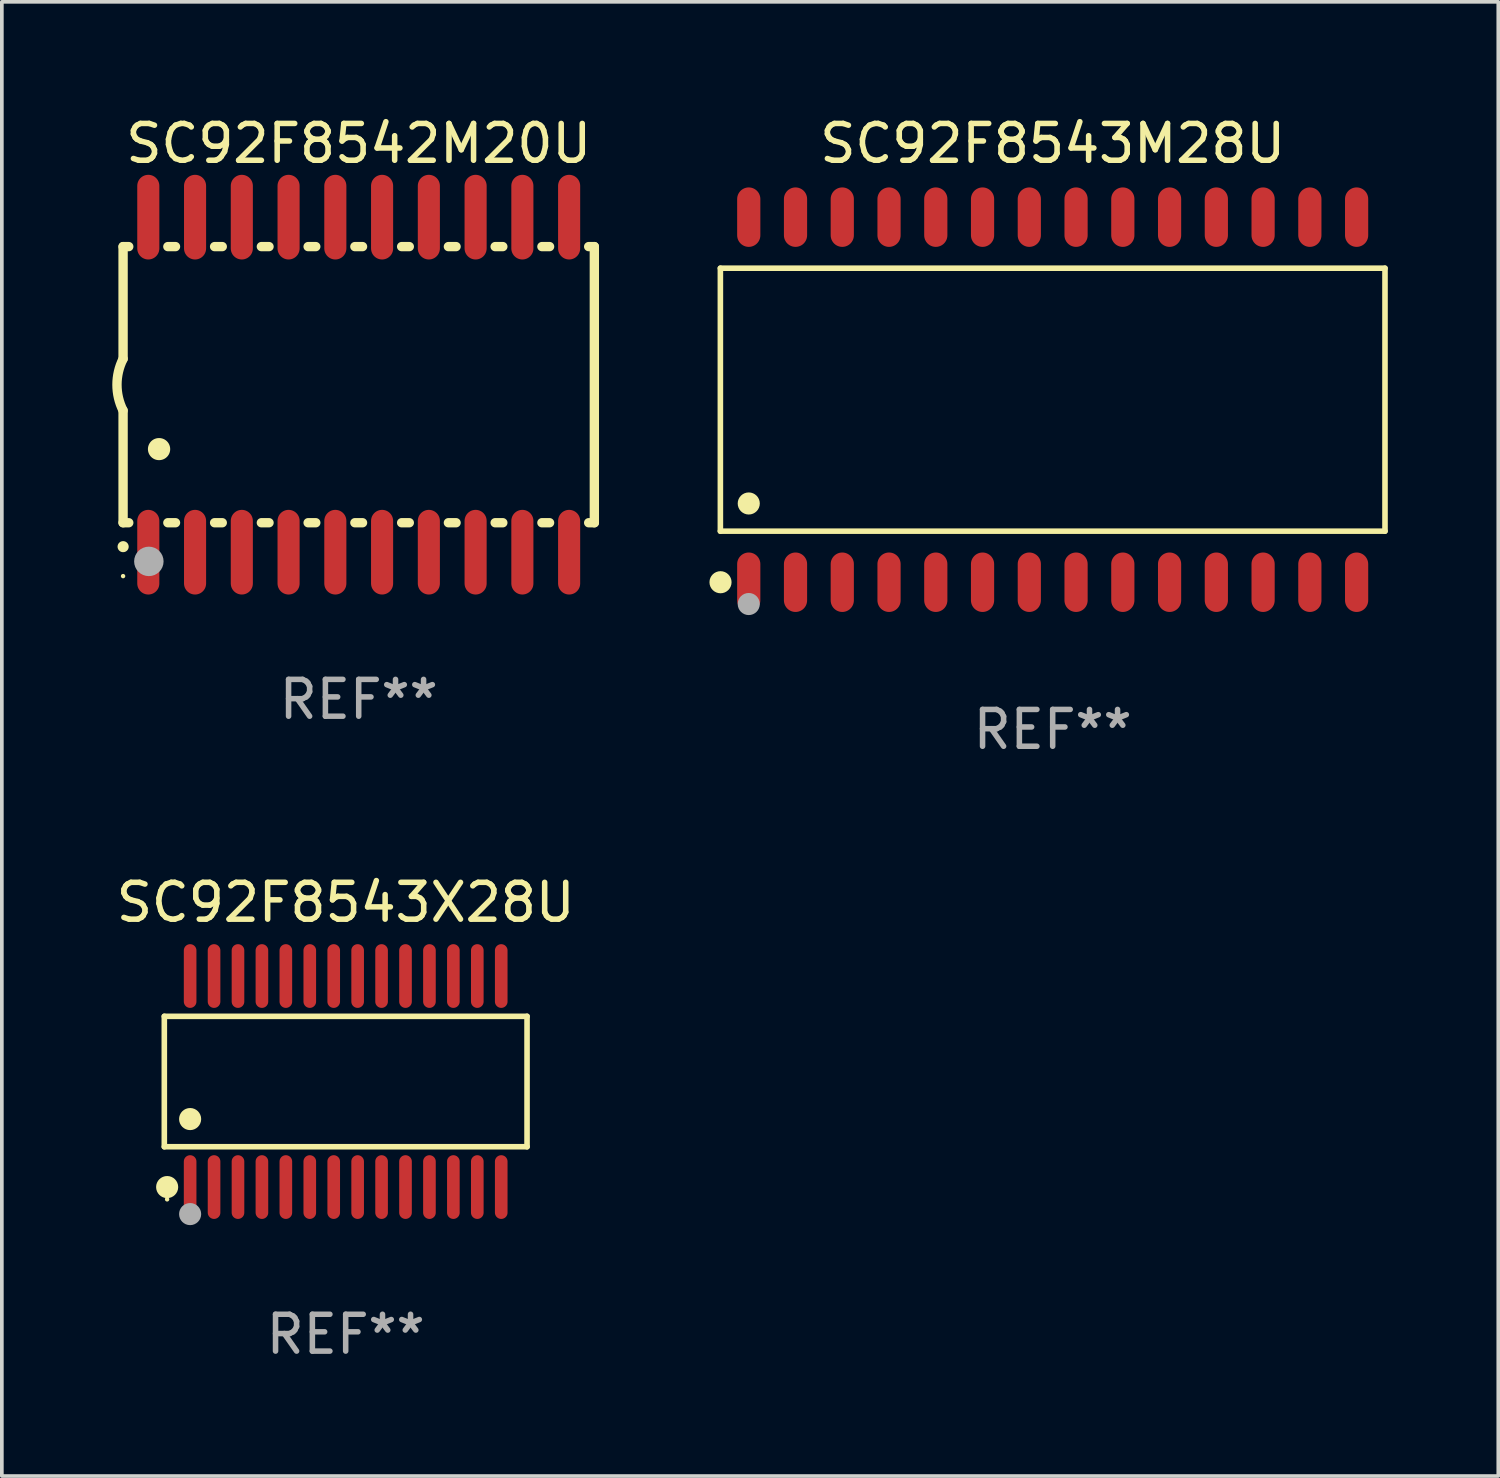
<source format=kicad_pcb>
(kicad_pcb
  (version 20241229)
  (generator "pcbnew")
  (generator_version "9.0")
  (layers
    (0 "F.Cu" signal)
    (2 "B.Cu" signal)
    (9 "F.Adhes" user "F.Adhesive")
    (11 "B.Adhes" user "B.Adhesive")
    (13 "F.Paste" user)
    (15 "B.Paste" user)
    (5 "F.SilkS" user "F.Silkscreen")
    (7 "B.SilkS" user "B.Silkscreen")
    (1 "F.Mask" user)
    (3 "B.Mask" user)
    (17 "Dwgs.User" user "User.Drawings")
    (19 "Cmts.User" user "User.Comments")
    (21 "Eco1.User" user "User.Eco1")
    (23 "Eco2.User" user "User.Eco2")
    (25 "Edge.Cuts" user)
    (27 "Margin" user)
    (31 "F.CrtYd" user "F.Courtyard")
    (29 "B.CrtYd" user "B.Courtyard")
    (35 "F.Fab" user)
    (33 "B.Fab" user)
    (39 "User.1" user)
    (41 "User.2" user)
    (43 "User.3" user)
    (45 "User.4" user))
  (footprint "SC92F8543X28U"
    (layer "F.Cu")
    (at 6.339 26.326)
    (property "Reference" "SC92F8543X28U" (at 0 -4.866 0) (layer "F.SilkS") (effects (font (size 1 1) (thickness 0.15))))
    (attr through_hole)
    (fp_line (start -4.926 -1.772) (end 4.926 -1.772) (stroke (width 0.152) (type solid)) (layer "F.SilkS"))
    (fp_line (start -4.926 1.771) (end -4.926 -1.772) (stroke (width 0.152) (type solid)) (layer "F.SilkS"))
    (fp_line (start 4.926 -1.772) (end 4.926 1.771) (stroke (width 0.152) (type solid)) (layer "F.SilkS"))
    (fp_line (start 4.926 1.771) (end -4.926 1.771) (stroke (width 0.152) (type solid)) (layer "F.SilkS"))
    (fp_circle (center -4.85 3.2) (end -4.82 3.2) (stroke (width 0.06) (type solid)) (fill no) (layer "F.SilkS"))
    (fp_circle (center -4.849 2.866) (end -4.699 2.866) (stroke (width 0.3) (type solid)) (fill no) (layer "F.SilkS"))
    (fp_circle (center -4.225 1.019) (end -4.075 1.019) (stroke (width 0.3) (type solid)) (fill no) (layer "F.SilkS"))
    (fp_circle (center -4.225 3.6) (end -4.075 3.6) (stroke (width 0.3) (type solid)) (fill no) (layer "F.Fab"))
    (fp_text user "REF**" (at 0 6.866 0) (layer "F.Fab") (effects (font (size 1 1) (thickness 0.15))))
    (pad "1" smd oval (at -4.225 2.866) (size 0.343 1.731) (layers "F.Cu" "F.Mask" "F.Paste"))
    (pad "2" smd oval (at -3.575 2.866) (size 0.343 1.731) (layers "F.Cu" "F.Mask" "F.Paste"))
    (pad "3" smd oval (at -2.925 2.866) (size 0.343 1.731) (layers "F.Cu" "F.Mask" "F.Paste"))
    (pad "4" smd oval (at -2.275 2.866) (size 0.343 1.731) (layers "F.Cu" "F.Mask" "F.Paste"))
    (pad "5" smd oval (at -1.625 2.866) (size 0.343 1.731) (layers "F.Cu" "F.Mask" "F.Paste"))
    (pad "6" smd oval (at -0.975 2.866) (size 0.343 1.731) (layers "F.Cu" "F.Mask" "F.Paste"))
    (pad "7" smd oval (at -0.325 2.866) (size 0.343 1.731) (layers "F.Cu" "F.Mask" "F.Paste"))
    (pad "8" smd oval (at 0.325 2.866) (size 0.343 1.731) (layers "F.Cu" "F.Mask" "F.Paste"))
    (pad "9" smd oval (at 0.975 2.866) (size 0.343 1.731) (layers "F.Cu" "F.Mask" "F.Paste"))
    (pad "10" smd oval (at 1.625 2.866) (size 0.343 1.731) (layers "F.Cu" "F.Mask" "F.Paste"))
    (pad "11" smd oval (at 2.275 2.866) (size 0.343 1.731) (layers "F.Cu" "F.Mask" "F.Paste"))
    (pad "12" smd oval (at 2.925 2.866) (size 0.343 1.731) (layers "F.Cu" "F.Mask" "F.Paste"))
    (pad "13" smd oval (at 3.575 2.866) (size 0.343 1.731) (layers "F.Cu" "F.Mask" "F.Paste"))
    (pad "14" smd oval (at 4.225 2.866) (size 0.343 1.731) (layers "F.Cu" "F.Mask" "F.Paste"))
    (pad "15" smd oval (at 4.225 -2.866) (size 0.343 1.731) (layers "F.Cu" "F.Mask" "F.Paste"))
    (pad "16" smd oval (at 3.575 -2.866) (size 0.343 1.731) (layers "F.Cu" "F.Mask" "F.Paste"))
    (pad "17" smd oval (at 2.925 -2.866) (size 0.343 1.731) (layers "F.Cu" "F.Mask" "F.Paste"))
    (pad "18" smd oval (at 2.275 -2.866) (size 0.343 1.731) (layers "F.Cu" "F.Mask" "F.Paste"))
    (pad "19" smd oval (at 1.625 -2.866) (size 0.343 1.731) (layers "F.Cu" "F.Mask" "F.Paste"))
    (pad "20" smd oval (at 0.975 -2.866) (size 0.343 1.731) (layers "F.Cu" "F.Mask" "F.Paste"))
    (pad "21" smd oval (at 0.325 -2.866) (size 0.343 1.731) (layers "F.Cu" "F.Mask" "F.Paste"))
    (pad "22" smd oval (at -0.325 -2.866) (size 0.343 1.731) (layers "F.Cu" "F.Mask" "F.Paste"))
    (pad "23" smd oval (at -0.975 -2.866) (size 0.343 1.731) (layers "F.Cu" "F.Mask" "F.Paste"))
    (pad "24" smd oval (at -1.625 -2.866) (size 0.343 1.731) (layers "F.Cu" "F.Mask" "F.Paste"))
    (pad "25" smd oval (at -2.275 -2.866) (size 0.343 1.731) (layers "F.Cu" "F.Mask" "F.Paste"))
    (pad "26" smd oval (at -2.925 -2.866) (size 0.343 1.731) (layers "F.Cu" "F.Mask" "F.Paste"))
    (pad "27" smd oval (at -3.575 -2.866) (size 0.343 1.731) (layers "F.Cu" "F.Mask" "F.Paste"))
    (pad "28" smd oval (at -4.225 -2.866) (size 0.343 1.731) (layers "F.Cu" "F.Mask" "F.Paste")))
  (footprint "SC92F8542M20U"
    (layer "F.Cu")
    (at 6.693 7.398)
    (property "Reference" "SC92F8542M20U" (at 0 -6.55 0) (layer "F.SilkS") (effects (font (size 1 1) (thickness 0.15))))
    (attr through_hole)
    (fp_line (start -6.4 -3.75) (end -6.4 -0.7) (stroke (width 0.254) (type solid)) (layer "F.SilkS"))
    (fp_line (start -6.4 -3.75) (end -6.246 -3.75) (stroke (width 0.254) (type solid)) (layer "F.SilkS"))
    (fp_line (start -6.4 3.75) (end -6.4 0.7) (stroke (width 0.254) (type solid)) (layer "F.SilkS"))
    (fp_line (start -6.246 3.75) (end -6.4 3.75) (stroke (width 0.254) (type solid)) (layer "F.SilkS"))
    (fp_line (start -5.184 -3.75) (end -4.976 -3.75) (stroke (width 0.254) (type solid)) (layer "F.SilkS"))
    (fp_line (start -4.976 3.75) (end -5.184 3.75) (stroke (width 0.254) (type solid)) (layer "F.SilkS"))
    (fp_line (start -3.914 -3.75) (end -3.706 -3.75) (stroke (width 0.254) (type solid)) (layer "F.SilkS"))
    (fp_line (start -3.706 3.75) (end -3.914 3.75) (stroke (width 0.254) (type solid)) (layer "F.SilkS"))
    (fp_line (start -2.644 -3.75) (end -2.436 -3.75) (stroke (width 0.254) (type solid)) (layer "F.SilkS"))
    (fp_line (start -2.436 3.75) (end -2.644 3.75) (stroke (width 0.254) (type solid)) (layer "F.SilkS"))
    (fp_line (start -1.374 -3.75) (end -1.166 -3.75) (stroke (width 0.254) (type solid)) (layer "F.SilkS"))
    (fp_line (start -1.166 3.75) (end -1.374 3.75) (stroke (width 0.254) (type solid)) (layer "F.SilkS"))
    (fp_line (start -0.104 -3.75) (end 0.104 -3.75) (stroke (width 0.254) (type solid)) (layer "F.SilkS"))
    (fp_line (start 0.104 3.75) (end -0.104 3.75) (stroke (width 0.254) (type solid)) (layer "F.SilkS"))
    (fp_line (start 1.166 -3.75) (end 1.374 -3.75) (stroke (width 0.254) (type solid)) (layer "F.SilkS"))
    (fp_line (start 1.374 3.75) (end 1.166 3.75) (stroke (width 0.254) (type solid)) (layer "F.SilkS"))
    (fp_line (start 2.436 -3.75) (end 2.644 -3.75) (stroke (width 0.254) (type solid)) (layer "F.SilkS"))
    (fp_line (start 2.644 3.75) (end 2.436 3.75) (stroke (width 0.254) (type solid)) (layer "F.SilkS"))
    (fp_line (start 3.706 -3.75) (end 3.914 -3.75) (stroke (width 0.254) (type solid)) (layer "F.SilkS"))
    (fp_line (start 3.914 3.75) (end 3.706 3.75) (stroke (width 0.254) (type solid)) (layer "F.SilkS"))
    (fp_line (start 4.976 -3.75) (end 5.184 -3.75) (stroke (width 0.254) (type solid)) (layer "F.SilkS"))
    (fp_line (start 5.184 3.75) (end 4.976 3.75) (stroke (width 0.254) (type solid)) (layer "F.SilkS"))
    (fp_line (start 6.246 -3.75) (end 6.4 -3.75) (stroke (width 0.254) (type solid)) (layer "F.SilkS"))
    (fp_line (start 6.4 -3.75) (end 6.4 3.75) (stroke (width 0.254) (type solid)) (layer "F.SilkS"))
    (fp_line (start 6.4 3.75) (end 6.246 3.75) (stroke (width 0.254) (type solid)) (layer "F.SilkS"))
    (fp_arc (start -6.400812 0.701041) (mid -6.565912 0.000428) (end -6.400025 -0.7) (stroke (width 0.254001) (type solid)) (layer "F.SilkS"))
    (fp_arc (start -6.400025 4.4) (mid -6.398755 4.399995) (end -6.397485 4.4) (stroke (width 0.3) (type solid)) (layer "F.SilkS"))
    (fp_arc (start -5.425451 1.750064) (mid -5.422911 1.750053) (end -5.420371 1.750064) (stroke (width 0.6) (type solid)) (layer "F.SilkS"))
    (fp_circle (center -6.4 5.2) (end -6.37 5.2) (stroke (width 0.06) (type solid)) (fill no) (layer "F.SilkS"))
    (fp_circle (center -5.7 4.8) (end -5.5 4.8) (stroke (width 0.4) (type solid)) (fill no) (layer "F.Fab"))
    (fp_text user "REF**" (at 0 8.55 0) (layer "F.Fab") (effects (font (size 1 1) (thickness 0.15))))
    (pad "1" smd oval (at -5.715 4.55 180) (size 0.6 2.3) (layers "F.Cu" "F.Mask" "F.Paste"))
    (pad "2" smd oval (at -4.445 4.55 180) (size 0.6 2.3) (layers "F.Cu" "F.Mask" "F.Paste"))
    (pad "3" smd oval (at -3.175 4.55 180) (size 0.6 2.3) (layers "F.Cu" "F.Mask" "F.Paste"))
    (pad "4" smd oval (at -1.905 4.55 180) (size 0.6 2.3) (layers "F.Cu" "F.Mask" "F.Paste"))
    (pad "5" smd oval (at -0.635 4.55 180) (size 0.6 2.3) (layers "F.Cu" "F.Mask" "F.Paste"))
    (pad "6" smd oval (at 0.635 4.55 180) (size 0.6 2.3) (layers "F.Cu" "F.Mask" "F.Paste"))
    (pad "7" smd oval (at 1.905 4.55 180) (size 0.6 2.3) (layers "F.Cu" "F.Mask" "F.Paste"))
    (pad "8" smd oval (at 3.175 4.55 180) (size 0.6 2.3) (layers "F.Cu" "F.Mask" "F.Paste"))
    (pad "9" smd oval (at 4.445 4.55 180) (size 0.6 2.3) (layers "F.Cu" "F.Mask" "F.Paste"))
    (pad "10" smd oval (at 5.715 4.55 180) (size 0.6 2.3) (layers "F.Cu" "F.Mask" "F.Paste"))
    (pad "11" smd oval (at 5.715 -4.55 180) (size 0.6 2.3) (layers "F.Cu" "F.Mask" "F.Paste"))
    (pad "12" smd oval (at 4.445 -4.55 180) (size 0.6 2.3) (layers "F.Cu" "F.Mask" "F.Paste"))
    (pad "13" smd oval (at 3.175 -4.55 180) (size 0.6 2.3) (layers "F.Cu" "F.Mask" "F.Paste"))
    (pad "14" smd oval (at 1.905 -4.55 180) (size 0.6 2.3) (layers "F.Cu" "F.Mask" "F.Paste"))
    (pad "15" smd oval (at 0.635 -4.55 180) (size 0.6 2.3) (layers "F.Cu" "F.Mask" "F.Paste"))
    (pad "16" smd oval (at -0.635 -4.55 180) (size 0.6 2.3) (layers "F.Cu" "F.Mask" "F.Paste"))
    (pad "17" smd oval (at -1.905 -4.55 180) (size 0.6 2.3) (layers "F.Cu" "F.Mask" "F.Paste"))
    (pad "18" smd oval (at -3.175 -4.55 180) (size 0.6 2.3) (layers "F.Cu" "F.Mask" "F.Paste"))
    (pad "19" smd oval (at -4.445 -4.55 180) (size 0.6 2.3) (layers "F.Cu" "F.Mask" "F.Paste"))
    (pad "20" smd oval (at -5.715 -4.55 180) (size 0.6 2.3) (layers "F.Cu" "F.Mask" "F.Paste")))
  (footprint "SC92F8543M28U"
    (layer "F.Cu")
    (at 25.542 7.806)
    (property "Reference" "SC92F8543M28U" (at 0 -6.958 0) (layer "F.SilkS") (effects (font (size 1 1) (thickness 0.15))))
    (attr through_hole)
    (fp_line (start -9.026 -3.571) (end 9.026 -3.571) (stroke (width 0.152) (type solid)) (layer "F.SilkS"))
    (fp_line (start -9.026 3.571) (end -9.026 -3.571) (stroke (width 0.152) (type solid)) (layer "F.SilkS"))
    (fp_line (start 9.026 -3.571) (end 9.026 3.571) (stroke (width 0.152) (type solid)) (layer "F.SilkS"))
    (fp_line (start 9.026 3.571) (end -9.026 3.571) (stroke (width 0.152) (type solid)) (layer "F.SilkS"))
    (fp_circle (center -9.022 4.958) (end -8.872 4.958) (stroke (width 0.3) (type solid)) (fill no) (layer "F.SilkS"))
    (fp_circle (center -8.95 5.15) (end -8.92 5.15) (stroke (width 0.06) (type solid)) (fill no) (layer "F.SilkS"))
    (fp_circle (center -8.255 2.819) (end -8.105 2.819) (stroke (width 0.3) (type solid)) (fill no) (layer "F.SilkS"))
    (fp_circle (center -8.255 5.55) (end -8.105 5.55) (stroke (width 0.3) (type solid)) (fill no) (layer "F.Fab"))
    (fp_text user "REF**" (at 0 8.958 0) (layer "F.Fab") (effects (font (size 1 1) (thickness 0.15))))
    (pad "1" smd oval (at -8.255 4.958) (size 0.63 1.615) (layers "F.Cu" "F.Mask" "F.Paste"))
    (pad "2" smd oval (at -6.985 4.958) (size 0.63 1.615) (layers "F.Cu" "F.Mask" "F.Paste"))
    (pad "3" smd oval (at -5.715 4.958) (size 0.63 1.615) (layers "F.Cu" "F.Mask" "F.Paste"))
    (pad "4" smd oval (at -4.445 4.958) (size 0.63 1.615) (layers "F.Cu" "F.Mask" "F.Paste"))
    (pad "5" smd oval (at -3.175 4.958) (size 0.63 1.615) (layers "F.Cu" "F.Mask" "F.Paste"))
    (pad "6" smd oval (at -1.905 4.958) (size 0.63 1.615) (layers "F.Cu" "F.Mask" "F.Paste"))
    (pad "7" smd oval (at -0.635 4.958) (size 0.63 1.615) (layers "F.Cu" "F.Mask" "F.Paste"))
    (pad "8" smd oval (at 0.635 4.958) (size 0.63 1.615) (layers "F.Cu" "F.Mask" "F.Paste"))
    (pad "9" smd oval (at 1.905 4.958) (size 0.63 1.615) (layers "F.Cu" "F.Mask" "F.Paste"))
    (pad "10" smd oval (at 3.175 4.958) (size 0.63 1.615) (layers "F.Cu" "F.Mask" "F.Paste"))
    (pad "11" smd oval (at 4.445 4.958) (size 0.63 1.615) (layers "F.Cu" "F.Mask" "F.Paste"))
    (pad "12" smd oval (at 5.715 4.958) (size 0.63 1.615) (layers "F.Cu" "F.Mask" "F.Paste"))
    (pad "13" smd oval (at 6.985 4.958) (size 0.63 1.615) (layers "F.Cu" "F.Mask" "F.Paste"))
    (pad "14" smd oval (at 8.255 4.958) (size 0.63 1.615) (layers "F.Cu" "F.Mask" "F.Paste"))
    (pad "15" smd oval (at 8.255 -4.958) (size 0.63 1.615) (layers "F.Cu" "F.Mask" "F.Paste"))
    (pad "16" smd oval (at 6.985 -4.958) (size 0.63 1.615) (layers "F.Cu" "F.Mask" "F.Paste"))
    (pad "17" smd oval (at 5.715 -4.958) (size 0.63 1.615) (layers "F.Cu" "F.Mask" "F.Paste"))
    (pad "18" smd oval (at 4.445 -4.958) (size 0.63 1.615) (layers "F.Cu" "F.Mask" "F.Paste"))
    (pad "19" smd oval (at 3.175 -4.958) (size 0.63 1.615) (layers "F.Cu" "F.Mask" "F.Paste"))
    (pad "20" smd oval (at 1.905 -4.958) (size 0.63 1.615) (layers "F.Cu" "F.Mask" "F.Paste"))
    (pad "21" smd oval (at 0.635 -4.958) (size 0.63 1.615) (layers "F.Cu" "F.Mask" "F.Paste"))
    (pad "22" smd oval (at -0.635 -4.958) (size 0.63 1.615) (layers "F.Cu" "F.Mask" "F.Paste"))
    (pad "23" smd oval (at -1.905 -4.958) (size 0.63 1.615) (layers "F.Cu" "F.Mask" "F.Paste"))
    (pad "24" smd oval (at -3.175 -4.958) (size 0.63 1.615) (layers "F.Cu" "F.Mask" "F.Paste"))
    (pad "25" smd oval (at -4.445 -4.958) (size 0.63 1.615) (layers "F.Cu" "F.Mask" "F.Paste"))
    (pad "26" smd oval (at -5.715 -4.958) (size 0.63 1.615) (layers "F.Cu" "F.Mask" "F.Paste"))
    (pad "27" smd oval (at -6.985 -4.958) (size 0.63 1.615) (layers "F.Cu" "F.Mask" "F.Paste"))
    (pad "28" smd oval (at -8.255 -4.958) (size 0.63 1.615) (layers "F.Cu" "F.Mask" "F.Paste")))
  (gr_rect
    (start -3 -3)
    (end 37.645 37.04)
    (stroke (width 0.1) (type default))
    (fill no)
    (layer "Edge.Cuts")))
</source>
